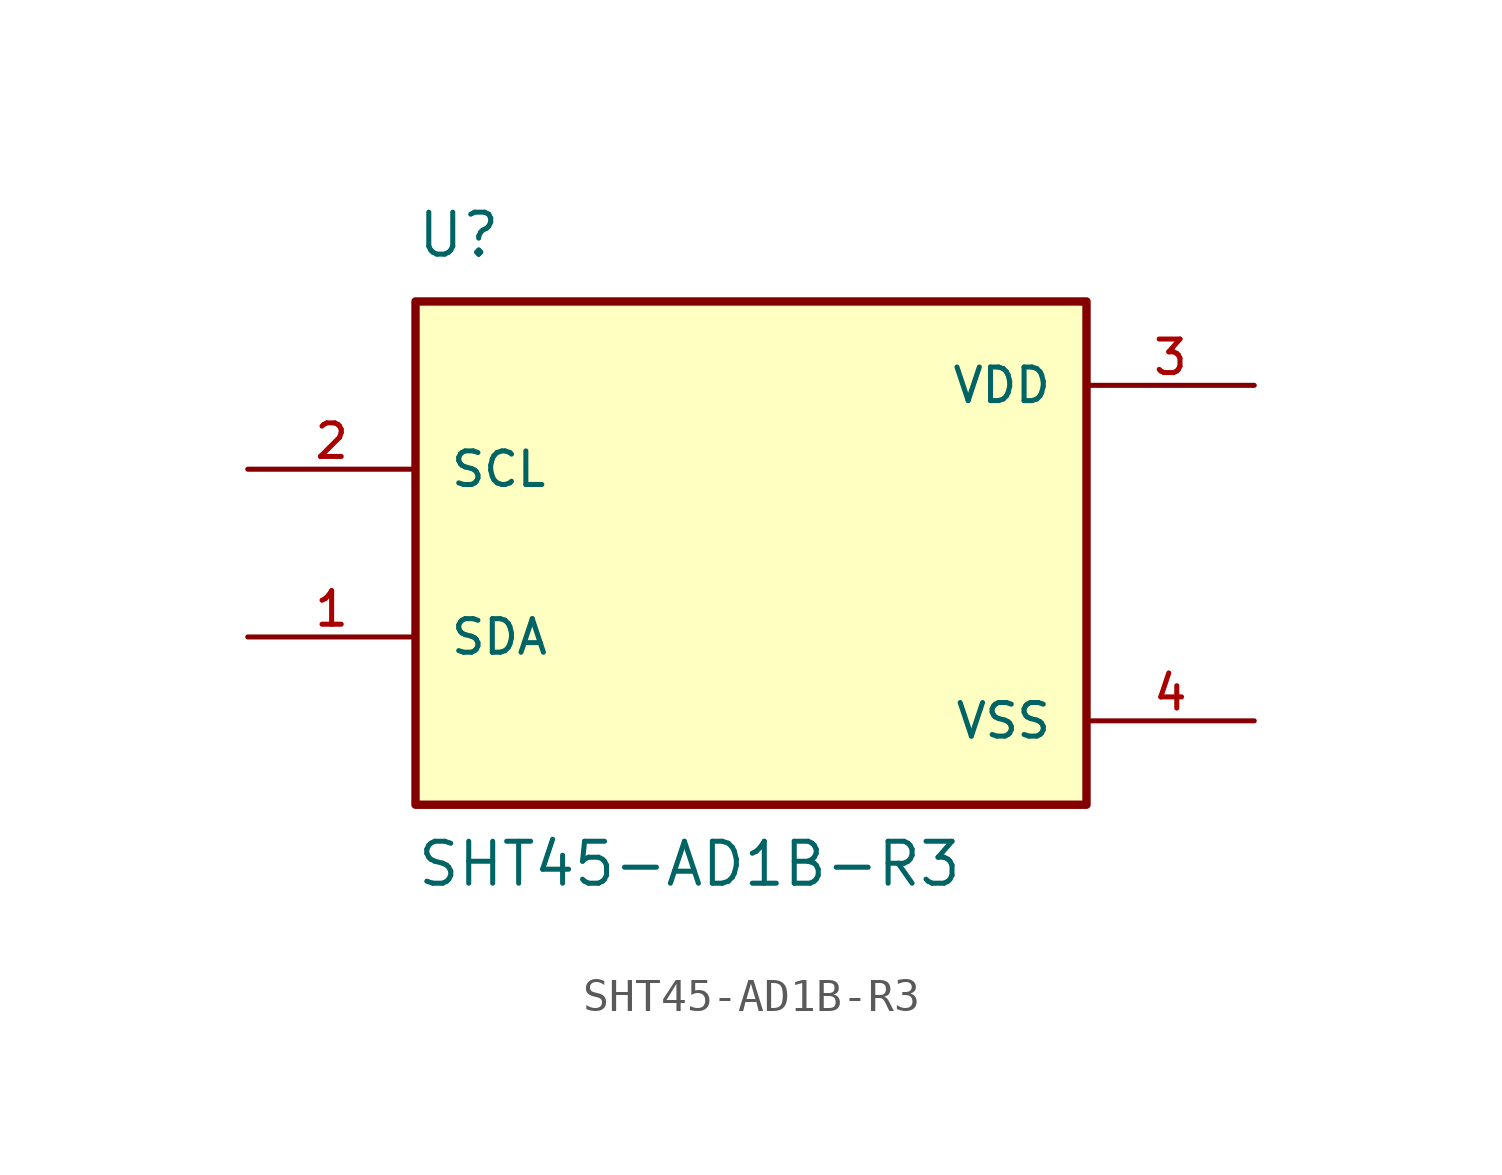
<source format=kicad_sym>
(kicad_symbol_lib
  (version 20211014)
  (generator kicad_symbol_editor)
  (symbol "SHT45-AD1B-R3"
    (pin_names
      (offset 1.016))
    (property "Reference" "U"
      (at -10.16 8.89 0)
      (effects (font (size 1.27 1.27)) (justify bottom left)))
    (property "Value" "SHT45-AD1B-R3"
      (at -10.16 -10.16 0)
      (effects (font (size 1.27 1.27)) (justify bottom left)))
    (symbol "SHT45-AD1B-R3_0_0"
      (rectangle (start -10.16 -7.62) (end 10.16 7.62) (stroke (width 0.254)) (fill (type background)))
      (pin input line (at -15.24 2.54 0) (length 5.08) (name "SCL" (effects (font (size 1.016 1.016)))) (number "2" (effects (font (size 1.016 1.016)))))
      (pin bidirectional line (at -15.24 -2.54 0) (length 5.08) (name "SDA" (effects (font (size 1.016 1.016)))) (number "1" (effects (font (size 1.016 1.016)))))
      (pin power_in line (at 15.24 5.08 180.0) (length 5.08) (name "VDD" (effects (font (size 1.016 1.016)))) (number "3" (effects (font (size 1.016 1.016)))))
      (pin power_in line (at 15.24 -5.08 180.0) (length 5.08) (name "VSS" (effects (font (size 1.016 1.016)))) (number "4" (effects (font (size 1.016 1.016))))))))
</source>
